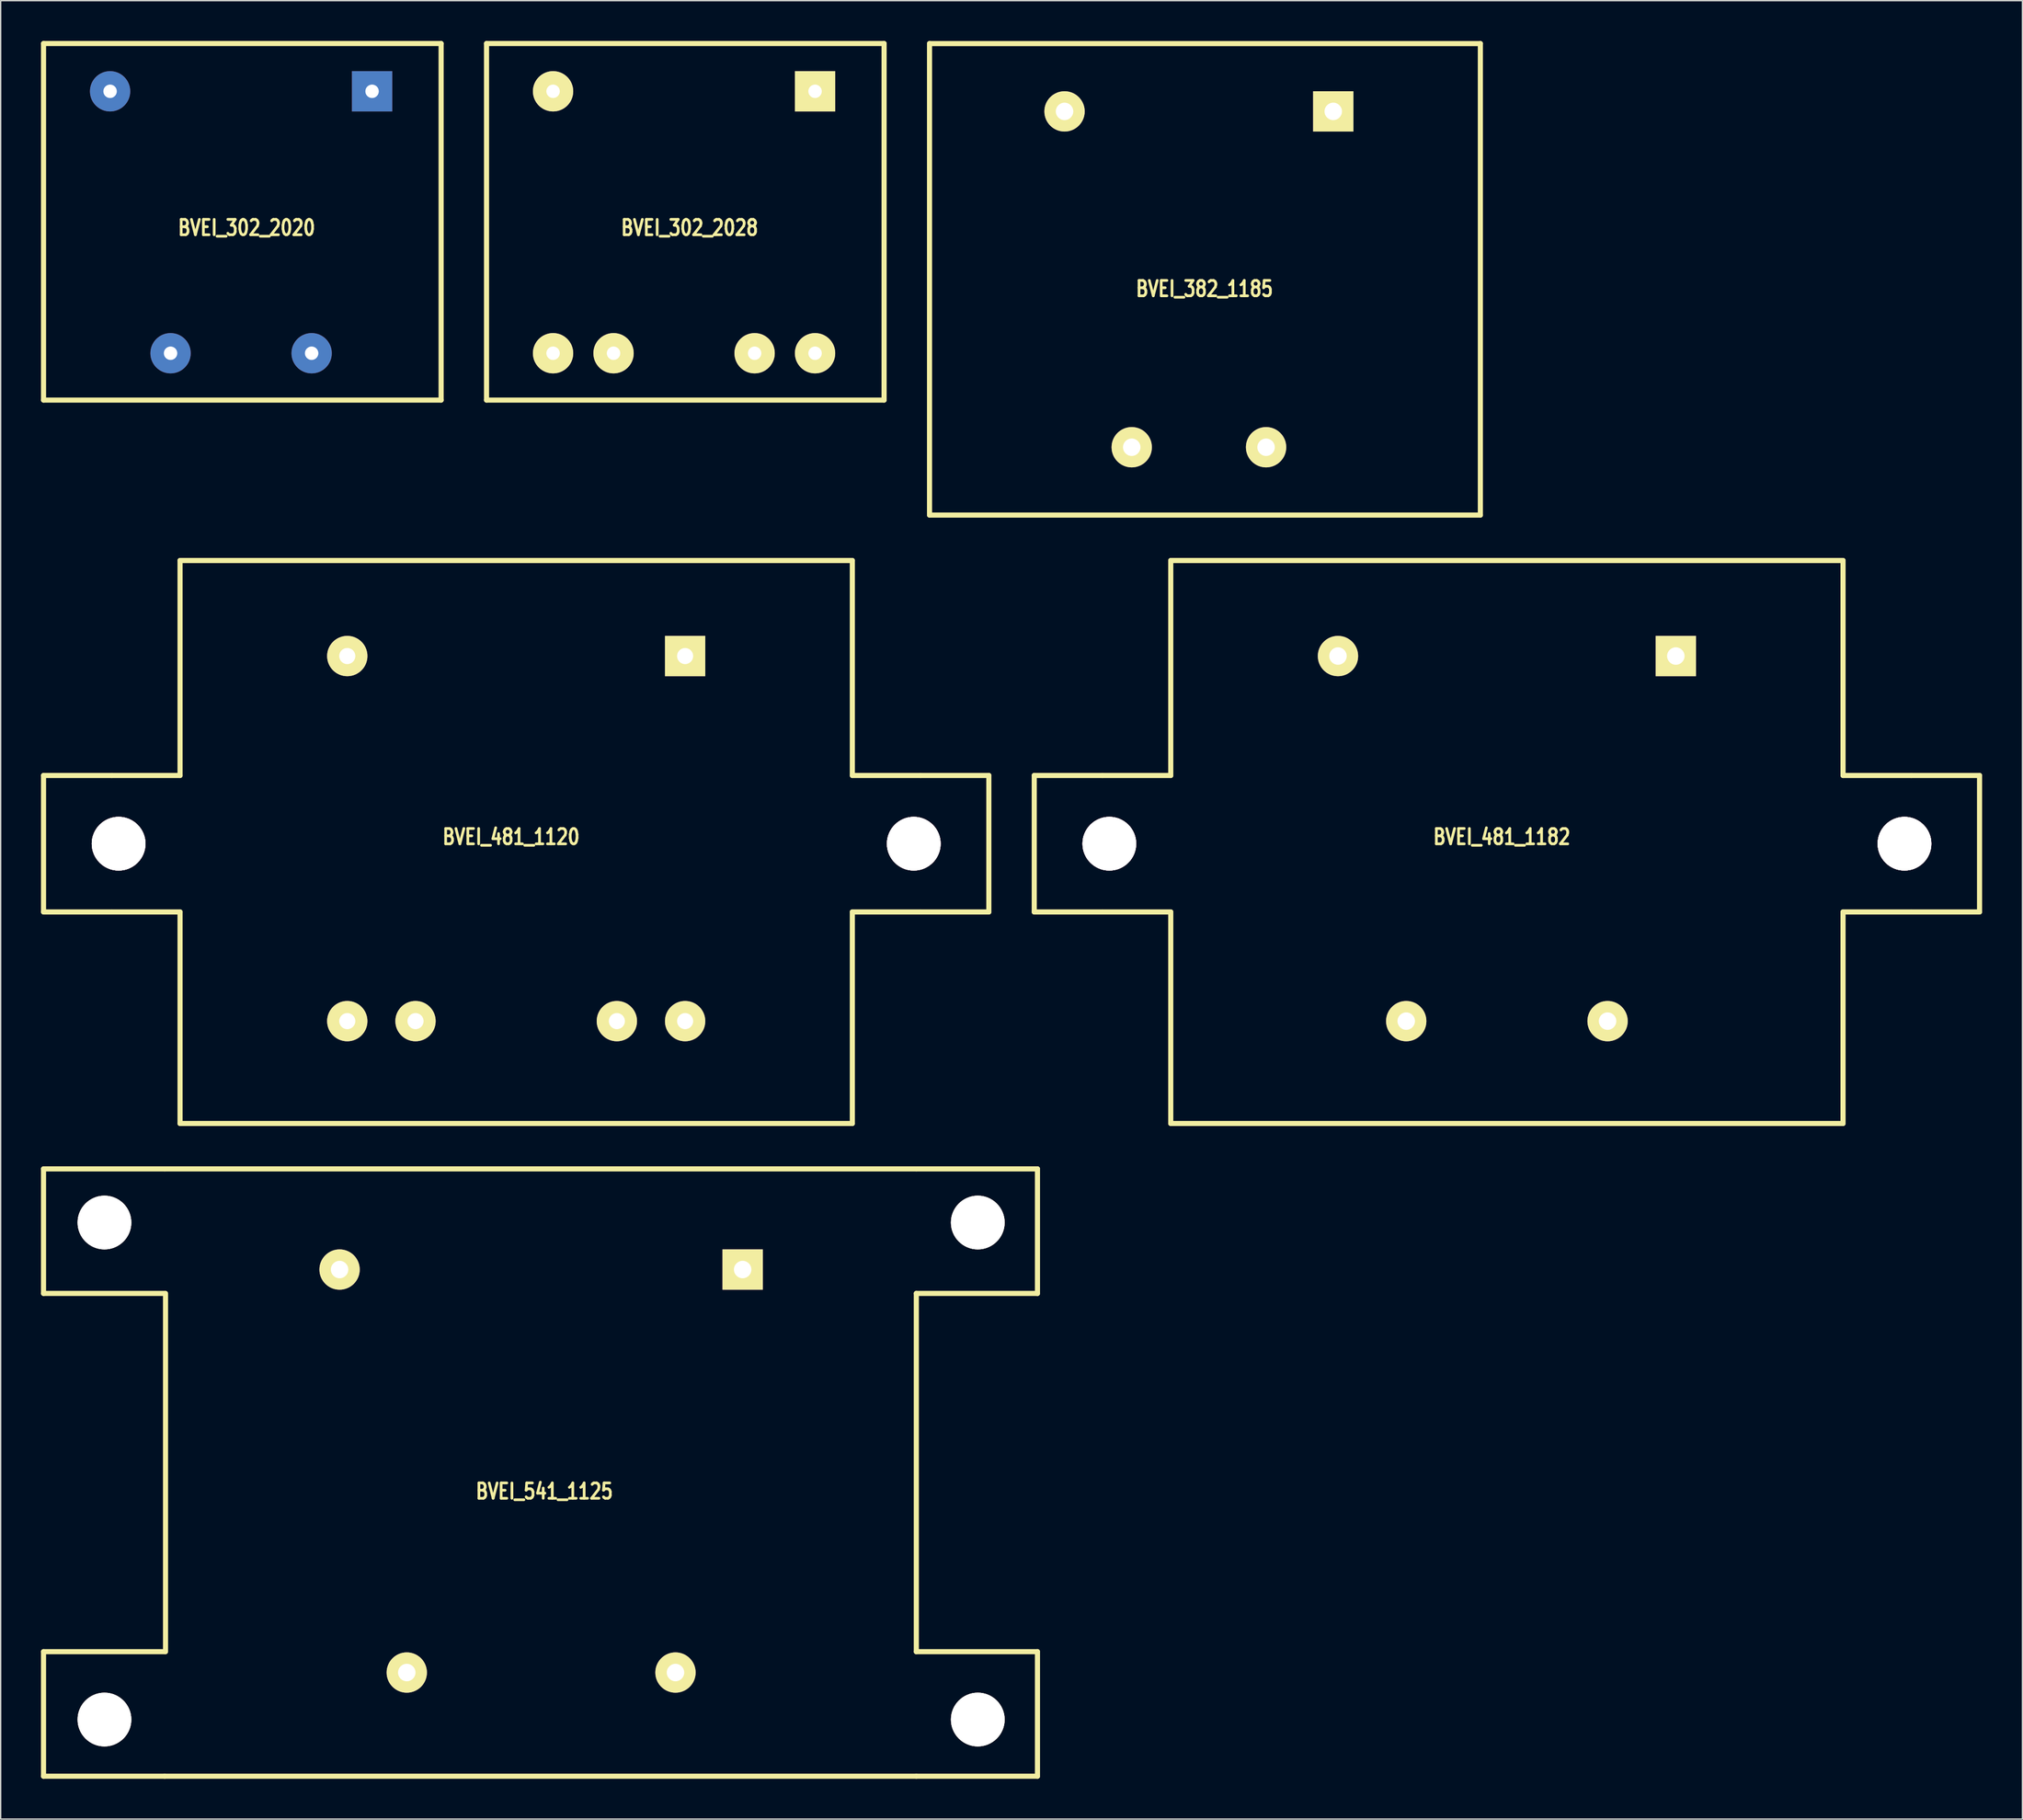
<source format=kicad_pcb>
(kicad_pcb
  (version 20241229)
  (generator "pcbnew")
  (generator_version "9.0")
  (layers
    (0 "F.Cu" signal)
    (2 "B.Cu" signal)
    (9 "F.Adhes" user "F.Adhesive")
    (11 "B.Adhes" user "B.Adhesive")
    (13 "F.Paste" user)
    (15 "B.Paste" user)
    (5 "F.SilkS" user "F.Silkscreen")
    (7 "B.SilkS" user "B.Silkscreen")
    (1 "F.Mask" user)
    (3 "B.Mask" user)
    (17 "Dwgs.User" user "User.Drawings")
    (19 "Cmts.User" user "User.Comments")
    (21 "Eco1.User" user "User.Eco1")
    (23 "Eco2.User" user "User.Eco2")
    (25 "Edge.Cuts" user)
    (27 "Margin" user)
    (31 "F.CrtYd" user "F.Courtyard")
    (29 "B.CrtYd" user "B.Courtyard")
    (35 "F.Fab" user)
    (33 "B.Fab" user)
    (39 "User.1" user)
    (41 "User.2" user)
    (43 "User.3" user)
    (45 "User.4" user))
  (footprint "BVEI_481_1120"
    (layer "F.Cu")
    (at 22.797 45.789)
    (property "Reference" "BVEI_481_1120" (at 12.192 13.462 0) (layer "F.SilkS") (effects (font (size 1.143 0.889) (thickness 0.203))))
    (attr through_hole)
    (fp_line (start -22.606 8.89) (end -22.606 19.05) (stroke (width 0.381) (type solid)) (layer "F.SilkS"))
    (fp_line (start -17.526 8.89) (end -22.606 8.89) (stroke (width 0.381) (type solid)) (layer "F.SilkS"))
    (fp_line (start -17.526 19.05) (end -22.606 19.05) (stroke (width 0.381) (type solid)) (layer "F.SilkS"))
    (fp_line (start -12.446 -7.112) (end 37.592 -7.112) (stroke (width 0.381) (type solid)) (layer "F.SilkS"))
    (fp_line (start -12.446 8.89) (end -17.526 8.89) (stroke (width 0.381) (type solid)) (layer "F.SilkS"))
    (fp_line (start -12.446 8.89) (end -12.446 -7.112) (stroke (width 0.381) (type solid)) (layer "F.SilkS"))
    (fp_line (start -12.446 19.05) (end -17.526 19.05) (stroke (width 0.381) (type solid)) (layer "F.SilkS"))
    (fp_line (start -12.446 34.798) (end -12.446 19.05) (stroke (width 0.381) (type solid)) (layer "F.SilkS"))
    (fp_line (start -12.446 34.798) (end 37.592 34.798) (stroke (width 0.381) (type solid)) (layer "F.SilkS"))
    (fp_line (start 37.592 8.89) (end 37.592 -7.112) (stroke (width 0.381) (type solid)) (layer "F.SilkS"))
    (fp_line (start 37.592 19.05) (end 37.592 34.798) (stroke (width 0.381) (type solid)) (layer "F.SilkS"))
    (fp_line (start 42.672 8.89) (end 37.592 8.89) (stroke (width 0.381) (type solid)) (layer "F.SilkS"))
    (fp_line (start 42.672 19.05) (end 37.592 19.05) (stroke (width 0.381) (type solid)) (layer "F.SilkS"))
    (fp_line (start 47.752 8.89) (end 42.672 8.89) (stroke (width 0.381) (type solid)) (layer "F.SilkS"))
    (fp_line (start 47.752 8.89) (end 47.752 19.05) (stroke (width 0.381) (type solid)) (layer "F.SilkS"))
    (fp_line (start 47.752 19.05) (end 42.672 19.05) (stroke (width 0.381) (type solid)) (layer "F.SilkS"))
    (pad "" thru_hole circle (at -17.018 13.97) (size 4 4) (drill 4) (layers "*.Cu" "*.Adhes" "*.Paste" "*.SilkS" "*.Mask" "Dwgs.User" "Eco1.User" "Eco2.User"))
    (pad "" thru_hole circle (at 42.164 13.97) (size 4 4) (drill 4) (layers "*.Cu" "*.Adhes" "*.Paste" "*.SilkS" "*.Mask" "Dwgs.User" "Eco1.User" "Eco2.User"))
    (pad "1" thru_hole rect (at 25.146 0) (size 3 3) (drill 1.2) (layers "*.Cu" "*.Mask" "F.SilkS"))
    (pad "6" thru_hole circle (at 0 0) (size 3 3) (drill 1.2) (layers "*.Cu" "*.Mask" "F.SilkS"))
    (pad "7" thru_hole circle (at 25.146 27.178) (size 3 3) (drill 1.2) (layers "*.Cu" "*.Mask" "F.SilkS"))
    (pad "8" thru_hole circle (at 20.066 27.178) (size 3 3) (drill 1.2) (layers "*.Cu" "*.Mask" "F.SilkS"))
    (pad "11" thru_hole circle (at 5.08 27.178) (size 3 3) (drill 1.2) (layers "*.Cu" "*.Mask" "F.SilkS"))
    (pad "12" thru_hole circle (at 0 27.178) (size 3 3) (drill 1.2) (layers "*.Cu" "*.Mask" "F.SilkS")))
  (footprint "BVEI_382_1185"
    (layer "F.Cu")
    (at 76.183 5.243)
    (property "Reference" "BVEI_382_1185" (at 10.414 13.208 0) (layer "F.SilkS") (effects (font (size 1.143 0.889) (thickness 0.203))))
    (attr through_hole)
    (fp_line (start -10.048 -5.052) (end -10.048 30.048) (stroke (width 0.381) (type solid)) (layer "F.SilkS"))
    (fp_line (start -10.048 30.051) (end 30.952 30.051) (stroke (width 0.381) (type solid)) (layer "F.SilkS"))
    (fp_line (start -10.046 -5.047) (end 30.955 -5.047) (stroke (width 0.381) (type solid)) (layer "F.SilkS"))
    (fp_line (start 30.95 -5.047) (end 30.95 30.053) (stroke (width 0.381) (type solid)) (layer "F.SilkS"))
    (pad "1" thru_hole rect (at 20 0) (size 3 3) (drill 1.3) (layers "*.Cu" "*.Mask" "F.SilkS"))
    (pad "5" thru_hole circle (at 0 0) (size 3 3) (drill 1.3) (layers "*.Cu" "*.Mask" "F.SilkS"))
    (pad "7" thru_hole circle (at 15.001 25.001) (size 3 3) (drill 1.3) (layers "*.Cu" "*.Mask" "F.SilkS"))
    (pad "9" thru_hole circle (at 5.001 25.001) (size 3 3) (drill 1.3) (layers "*.Cu" "*.Mask" "F.SilkS")))
  (footprint "BVEI_481_1182"
    (layer "F.Cu")
    (at 96.535 45.789)
    (property "Reference" "BVEI_481_1182" (at 12.192 13.462 0) (layer "F.SilkS") (effects (font (size 1.143 0.889) (thickness 0.203))))
    (attr through_hole)
    (fp_line (start -22.606 8.89) (end -22.606 19.05) (stroke (width 0.381) (type solid)) (layer "F.SilkS"))
    (fp_line (start -17.526 8.89) (end -22.606 8.89) (stroke (width 0.381) (type solid)) (layer "F.SilkS"))
    (fp_line (start -17.526 19.05) (end -22.606 19.05) (stroke (width 0.381) (type solid)) (layer "F.SilkS"))
    (fp_line (start -12.446 -7.112) (end 37.592 -7.112) (stroke (width 0.381) (type solid)) (layer "F.SilkS"))
    (fp_line (start -12.446 8.89) (end -17.526 8.89) (stroke (width 0.381) (type solid)) (layer "F.SilkS"))
    (fp_line (start -12.446 8.89) (end -12.446 -7.112) (stroke (width 0.381) (type solid)) (layer "F.SilkS"))
    (fp_line (start -12.446 19.05) (end -17.526 19.05) (stroke (width 0.381) (type solid)) (layer "F.SilkS"))
    (fp_line (start -12.446 34.798) (end -12.446 19.05) (stroke (width 0.381) (type solid)) (layer "F.SilkS"))
    (fp_line (start -12.446 34.798) (end 37.592 34.798) (stroke (width 0.381) (type solid)) (layer "F.SilkS"))
    (fp_line (start 37.592 8.89) (end 37.592 -7.112) (stroke (width 0.381) (type solid)) (layer "F.SilkS"))
    (fp_line (start 37.592 19.05) (end 37.592 34.798) (stroke (width 0.381) (type solid)) (layer "F.SilkS"))
    (fp_line (start 42.672 8.89) (end 37.592 8.89) (stroke (width 0.381) (type solid)) (layer "F.SilkS"))
    (fp_line (start 42.672 19.05) (end 37.592 19.05) (stroke (width 0.381) (type solid)) (layer "F.SilkS"))
    (fp_line (start 47.752 8.89) (end 42.672 8.89) (stroke (width 0.381) (type solid)) (layer "F.SilkS"))
    (fp_line (start 47.752 8.89) (end 47.752 19.05) (stroke (width 0.381) (type solid)) (layer "F.SilkS"))
    (fp_line (start 47.752 19.05) (end 42.672 19.05) (stroke (width 0.381) (type solid)) (layer "F.SilkS"))
    (pad "" thru_hole circle (at -17.018 13.97) (size 4 4) (drill 4) (layers "*.Cu" "*.Adhes" "*.Paste" "*.SilkS" "*.Mask" "Dwgs.User" "Eco1.User" "Eco2.User"))
    (pad "" thru_hole circle (at 42.164 13.97) (size 4 4) (drill 4) (layers "*.Cu" "*.Adhes" "*.Paste" "*.SilkS" "*.Mask" "Dwgs.User" "Eco1.User" "Eco2.User"))
    (pad "1" thru_hole rect (at 25.146 0) (size 3 3) (drill 1.3) (layers "*.Cu" "*.Mask" "F.SilkS"))
    (pad "6" thru_hole circle (at 0 0) (size 3 3) (drill 1.3) (layers "*.Cu" "*.Mask" "F.SilkS"))
    (pad "8" thru_hole circle (at 20.066 27.178) (size 3 3) (drill 1.3) (layers "*.Cu" "*.Mask" "F.SilkS"))
    (pad "11" thru_hole circle (at 5.08 27.178) (size 3 3) (drill 1.3) (layers "*.Cu" "*.Mask" "F.SilkS")))
  (footprint "BVEI_302_2028"
    (layer "F.Cu")
    (at 38.115 3.747)
    (property "Reference" "BVEI_302_2028" (at 10.16 10.16 0) (layer "F.SilkS") (effects (font (size 1.143 0.889) (thickness 0.203))))
    (attr through_hole)
    (fp_line (start -4.953 -3.556) (end -4.953 22.987) (stroke (width 0.381) (type solid)) (layer "F.SilkS"))
    (fp_line (start -4.953 -3.556) (end 24.638 -3.556) (stroke (width 0.381) (type solid)) (layer "F.SilkS"))
    (fp_line (start -4.953 22.987) (end 24.638 22.987) (stroke (width 0.381) (type solid)) (layer "F.SilkS"))
    (fp_line (start 24.638 22.987) (end 24.638 -3.556) (stroke (width 0.381) (type solid)) (layer "F.SilkS"))
    (pad "1" thru_hole rect (at 19.5 0) (size 3 3) (drill 1.001) (layers "*.Cu" "*.Mask" "F.SilkS"))
    (pad "5" thru_hole circle (at 0 0) (size 3 3) (drill 1.001) (layers "*.Cu" "*.Mask" "F.SilkS"))
    (pad "6" thru_hole circle (at 19.5 19.5) (size 3 3) (drill 1.001) (layers "*.Cu" "*.Mask" "F.SilkS"))
    (pad "7" thru_hole circle (at 15.001 19.5) (size 3 3) (drill 1.001) (layers "*.Cu" "*.Mask" "F.SilkS"))
    (pad "9" thru_hole circle (at 4.501 19.5) (size 3 3) (drill 1.001) (layers "*.Cu" "*.Mask" "F.SilkS"))
    (pad "10" thru_hole circle (at 0 19.5) (size 3 3) (drill 1.001) (layers "*.Cu" "*.Mask" "F.SilkS")))
  (footprint "BVEI_302_2020"
    (layer "F.Cu")
    (at 5.144 3.747)
    (property "Reference" "BVEI_302_2020" (at 10.16 10.16 0) (layer "F.SilkS") (effects (font (size 1.143 0.889) (thickness 0.203))))
    (attr through_hole)
    (fp_line (start -4.953 -3.556) (end -4.953 22.987) (stroke (width 0.381) (type solid)) (layer "F.SilkS"))
    (fp_line (start -4.953 -3.556) (end 24.638 -3.556) (stroke (width 0.381) (type solid)) (layer "F.SilkS"))
    (fp_line (start -4.953 22.987) (end 24.638 22.987) (stroke (width 0.381) (type solid)) (layer "F.SilkS"))
    (fp_line (start 24.638 22.987) (end 24.638 -3.556) (stroke (width 0.381) (type solid)) (layer "F.SilkS"))
    (pad "1" thru_hole rect (at 19.5 0) (size 3 3) (drill 1.001) (layers "*.Cu" "*.Mask"))
    (pad "5" thru_hole circle (at 0 0) (size 3 3) (drill 1.001) (layers "*.Cu" "*.Mask"))
    (pad "7" thru_hole circle (at 15.001 19.5) (size 3 3) (drill 1.001) (layers "*.Cu" "*.Mask"))
    (pad "9" thru_hole circle (at 4.501 19.5) (size 3 3) (drill 1.001) (layers "*.Cu" "*.Mask")))
  (footprint "BVEI_541_1125"
    (layer "F.Cu")
    (at 22.225 91.461)
    (property "Reference" "BVEI_541_1125" (at 15.24 16.51 0) (layer "F.SilkS") (effects (font (size 1.143 0.889) (thickness 0.203))))
    (attr through_hole)
    (fp_line (start -22.035 -7.493) (end -13.018 -7.493) (stroke (width 0.381) (type solid)) (layer "F.SilkS"))
    (fp_line (start -22.035 1.778) (end -22.035 -7.493) (stroke (width 0.381) (type solid)) (layer "F.SilkS"))
    (fp_line (start -22.035 1.778) (end -13.018 1.778) (stroke (width 0.381) (type solid)) (layer "F.SilkS"))
    (fp_line (start -22.035 28.448) (end -13.018 28.448) (stroke (width 0.381) (type solid)) (layer "F.SilkS"))
    (fp_line (start -22.035 37.719) (end -22.035 28.448) (stroke (width 0.381) (type solid)) (layer "F.SilkS"))
    (fp_line (start -22.035 37.719) (end -13.018 37.719) (stroke (width 0.381) (type solid)) (layer "F.SilkS"))
    (fp_line (start -13.018 -7.493) (end 42.926 -7.493) (stroke (width 0.381) (type solid)) (layer "F.SilkS"))
    (fp_line (start -13.018 37.719) (end 42.926 37.719) (stroke (width 0.381) (type solid)) (layer "F.SilkS"))
    (fp_line (start -12.954 28.448) (end -12.954 1.778) (stroke (width 0.381) (type solid)) (layer "F.SilkS"))
    (fp_line (start 42.926 -7.493) (end 51.943 -7.493) (stroke (width 0.381) (type solid)) (layer "F.SilkS"))
    (fp_line (start 42.926 1.778) (end 51.943 1.778) (stroke (width 0.381) (type solid)) (layer "F.SilkS"))
    (fp_line (start 42.926 28.448) (end 42.926 1.778) (stroke (width 0.381) (type solid)) (layer "F.SilkS"))
    (fp_line (start 42.926 28.448) (end 51.943 28.448) (stroke (width 0.381) (type solid)) (layer "F.SilkS"))
    (fp_line (start 42.926 37.719) (end 51.943 37.719) (stroke (width 0.381) (type solid)) (layer "F.SilkS"))
    (fp_line (start 51.943 1.778) (end 51.943 -7.493) (stroke (width 0.381) (type solid)) (layer "F.SilkS"))
    (fp_line (start 51.943 37.719) (end 51.943 28.448) (stroke (width 0.381) (type solid)) (layer "F.SilkS"))
    (pad "" thru_hole circle (at -17.501 -3.5) (size 4 4) (drill 4) (layers "*.Cu" "*.Mask" "F.SilkS"))
    (pad "" thru_hole circle (at -17.501 33.5) (size 4 4) (drill 4) (layers "*.Cu" "*.Mask" "F.SilkS"))
    (pad "" thru_hole circle (at 47.501 -3.5) (size 4 4) (drill 4) (layers "*.Cu" "*.Mask" "F.SilkS"))
    (pad "" thru_hole circle (at 47.501 33.5) (size 4 4) (drill 4) (layers "*.Cu" "*.Mask" "F.SilkS"))
    (pad "1" thru_hole rect (at 30 0) (size 3 3) (drill 1.3) (layers "*.Cu" "*.Mask" "F.SilkS"))
    (pad "7" thru_hole circle (at 0 0) (size 3 3) (drill 1.3) (layers "*.Cu" "*.Mask" "F.SilkS"))
    (pad "9" thru_hole circle (at 25.001 30) (size 3 3) (drill 1.3) (layers "*.Cu" "*.Mask" "F.SilkS"))
    (pad "13" thru_hole circle (at 5.001 30) (size 3 3) (drill 1.3) (layers "*.Cu" "*.Mask" "F.SilkS")))
  (gr_rect
    (start -3 -3)
    (end 147.478 132.37)
    (stroke (width 0.1) (type default))
    (fill no)
    (layer "Edge.Cuts")))
</source>
